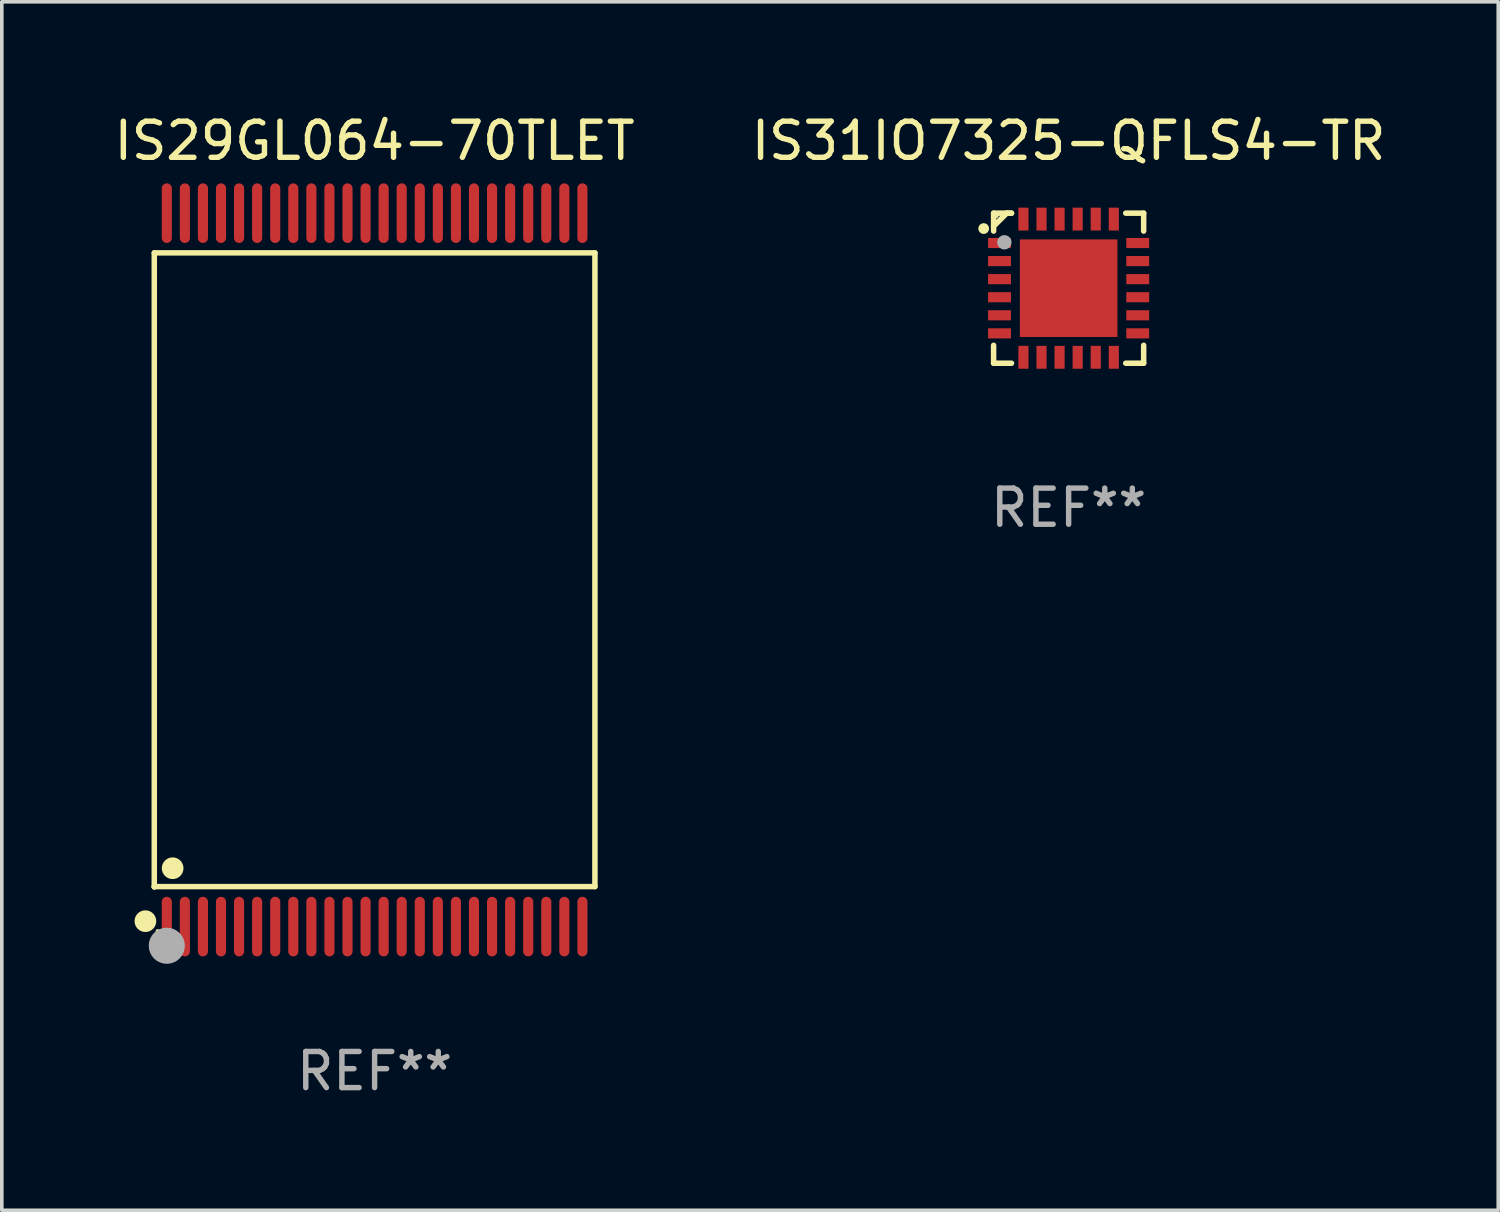
<source format=kicad_pcb>
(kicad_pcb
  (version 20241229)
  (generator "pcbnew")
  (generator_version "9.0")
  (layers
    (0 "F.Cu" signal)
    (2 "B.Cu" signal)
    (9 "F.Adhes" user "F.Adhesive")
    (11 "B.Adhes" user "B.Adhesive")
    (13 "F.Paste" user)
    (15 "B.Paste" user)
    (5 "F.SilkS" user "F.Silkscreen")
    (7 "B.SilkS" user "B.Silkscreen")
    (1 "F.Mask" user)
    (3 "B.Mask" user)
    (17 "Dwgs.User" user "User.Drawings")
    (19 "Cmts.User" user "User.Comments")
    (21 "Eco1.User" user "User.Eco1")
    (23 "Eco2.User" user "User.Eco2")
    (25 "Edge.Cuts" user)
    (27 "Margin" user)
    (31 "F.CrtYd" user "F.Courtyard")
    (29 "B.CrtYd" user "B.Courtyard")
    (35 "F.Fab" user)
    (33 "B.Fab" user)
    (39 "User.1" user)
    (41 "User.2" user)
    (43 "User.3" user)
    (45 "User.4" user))
  (footprint "IS29GL064-70TLET"
    (layer "F.Cu")
    (at 7.315 12.718)
    (property "Reference" "IS29GL064-70TLET" (at 0 -11.87 0) (layer "F.SilkS") (effects (font (size 1 1) (thickness 0.15))))
    (attr through_hole)
    (fp_line (start -6.096 -8.771) (end 6.096 -8.771) (stroke (width 0.152) (type solid)) (layer "F.SilkS"))
    (fp_line (start -6.096 8.763) (end -6.096 8.771) (stroke (width 0.152) (type solid)) (layer "F.SilkS"))
    (fp_line (start -6.096 8.771) (end -6.096 -8.771) (stroke (width 0.152) (type solid)) (layer "F.SilkS"))
    (fp_line (start 6.096 -8.771) (end 6.096 8.763) (stroke (width 0.152) (type solid)) (layer "F.SilkS"))
    (fp_line (start 6.096 8.763) (end -6.096 8.763) (stroke (width 0.152) (type solid)) (layer "F.SilkS"))
    (fp_circle (center -6.342 9.72) (end -6.192 9.72) (stroke (width 0.3) (type solid)) (fill no) (layer "F.SilkS"))
    (fp_circle (center -6 10) (end -5.97 10) (stroke (width 0.06) (type solid)) (fill no) (layer "F.SilkS"))
    (fp_circle (center -5.588 8.255) (end -5.438 8.255) (stroke (width 0.3) (type solid)) (fill no) (layer "F.SilkS"))
    (fp_circle (center -5.75 10.4) (end -5.5 10.4) (stroke (width 0.5) (type solid)) (fill no) (layer "F.Fab"))
    (fp_text user "REF**" (at 0 13.87 0) (layer "F.Fab") (effects (font (size 1 1) (thickness 0.15))))
    (pad "1" smd oval (at -5.75 9.87) (size 0.28 1.65) (layers "F.Cu" "F.Mask" "F.Paste"))
    (pad "2" smd oval (at -5.25 9.87) (size 0.28 1.65) (layers "F.Cu" "F.Mask" "F.Paste"))
    (pad "3" smd oval (at -4.75 9.87) (size 0.28 1.65) (layers "F.Cu" "F.Mask" "F.Paste"))
    (pad "4" smd oval (at -4.25 9.87) (size 0.28 1.65) (layers "F.Cu" "F.Mask" "F.Paste"))
    (pad "5" smd oval (at -3.75 9.87) (size 0.28 1.65) (layers "F.Cu" "F.Mask" "F.Paste"))
    (pad "6" smd oval (at -3.25 9.87) (size 0.28 1.65) (layers "F.Cu" "F.Mask" "F.Paste"))
    (pad "7" smd oval (at -2.75 9.87) (size 0.28 1.65) (layers "F.Cu" "F.Mask" "F.Paste"))
    (pad "8" smd oval (at -2.25 9.87) (size 0.28 1.65) (layers "F.Cu" "F.Mask" "F.Paste"))
    (pad "9" smd oval (at -1.75 9.87) (size 0.28 1.65) (layers "F.Cu" "F.Mask" "F.Paste"))
    (pad "10" smd oval (at -1.25 9.87) (size 0.28 1.65) (layers "F.Cu" "F.Mask" "F.Paste"))
    (pad "11" smd oval (at -0.75 9.87) (size 0.28 1.65) (layers "F.Cu" "F.Mask" "F.Paste"))
    (pad "12" smd oval (at -0.25 9.87) (size 0.28 1.65) (layers "F.Cu" "F.Mask" "F.Paste"))
    (pad "13" smd oval (at 0.25 9.87) (size 0.28 1.65) (layers "F.Cu" "F.Mask" "F.Paste"))
    (pad "14" smd oval (at 0.75 9.87) (size 0.28 1.65) (layers "F.Cu" "F.Mask" "F.Paste"))
    (pad "15" smd oval (at 1.25 9.87) (size 0.28 1.65) (layers "F.Cu" "F.Mask" "F.Paste"))
    (pad "16" smd oval (at 1.75 9.87) (size 0.28 1.65) (layers "F.Cu" "F.Mask" "F.Paste"))
    (pad "17" smd oval (at 2.25 9.87) (size 0.28 1.65) (layers "F.Cu" "F.Mask" "F.Paste"))
    (pad "18" smd oval (at 2.75 9.87) (size 0.28 1.65) (layers "F.Cu" "F.Mask" "F.Paste"))
    (pad "19" smd oval (at 3.25 9.87) (size 0.28 1.65) (layers "F.Cu" "F.Mask" "F.Paste"))
    (pad "20" smd oval (at 3.75 9.87) (size 0.28 1.65) (layers "F.Cu" "F.Mask" "F.Paste"))
    (pad "21" smd oval (at 4.25 9.87) (size 0.28 1.65) (layers "F.Cu" "F.Mask" "F.Paste"))
    (pad "22" smd oval (at 4.75 9.87) (size 0.28 1.65) (layers "F.Cu" "F.Mask" "F.Paste"))
    (pad "23" smd oval (at 5.25 9.87) (size 0.28 1.65) (layers "F.Cu" "F.Mask" "F.Paste"))
    (pad "24" smd oval (at 5.75 9.87) (size 0.28 1.65) (layers "F.Cu" "F.Mask" "F.Paste"))
    (pad "25" smd oval (at 5.75 -9.87) (size 0.28 1.65) (layers "F.Cu" "F.Mask" "F.Paste"))
    (pad "26" smd oval (at 5.25 -9.87) (size 0.28 1.65) (layers "F.Cu" "F.Mask" "F.Paste"))
    (pad "27" smd oval (at 4.75 -9.87) (size 0.28 1.65) (layers "F.Cu" "F.Mask" "F.Paste"))
    (pad "28" smd oval (at 4.25 -9.87) (size 0.28 1.65) (layers "F.Cu" "F.Mask" "F.Paste"))
    (pad "29" smd oval (at 3.75 -9.87) (size 0.28 1.65) (layers "F.Cu" "F.Mask" "F.Paste"))
    (pad "30" smd oval (at 3.25 -9.87) (size 0.28 1.65) (layers "F.Cu" "F.Mask" "F.Paste"))
    (pad "31" smd oval (at 2.75 -9.87) (size 0.28 1.65) (layers "F.Cu" "F.Mask" "F.Paste"))
    (pad "32" smd oval (at 2.25 -9.87) (size 0.28 1.65) (layers "F.Cu" "F.Mask" "F.Paste"))
    (pad "33" smd oval (at 1.75 -9.87) (size 0.28 1.65) (layers "F.Cu" "F.Mask" "F.Paste"))
    (pad "34" smd oval (at 1.25 -9.87) (size 0.28 1.65) (layers "F.Cu" "F.Mask" "F.Paste"))
    (pad "35" smd oval (at 0.75 -9.87) (size 0.28 1.65) (layers "F.Cu" "F.Mask" "F.Paste"))
    (pad "36" smd oval (at 0.25 -9.87) (size 0.28 1.65) (layers "F.Cu" "F.Mask" "F.Paste"))
    (pad "37" smd oval (at -0.25 -9.87) (size 0.28 1.65) (layers "F.Cu" "F.Mask" "F.Paste"))
    (pad "38" smd oval (at -0.75 -9.87) (size 0.28 1.65) (layers "F.Cu" "F.Mask" "F.Paste"))
    (pad "39" smd oval (at -1.25 -9.87) (size 0.28 1.65) (layers "F.Cu" "F.Mask" "F.Paste"))
    (pad "40" smd oval (at -1.75 -9.87) (size 0.28 1.65) (layers "F.Cu" "F.Mask" "F.Paste"))
    (pad "41" smd oval (at -2.25 -9.87) (size 0.28 1.65) (layers "F.Cu" "F.Mask" "F.Paste"))
    (pad "42" smd oval (at -2.75 -9.87) (size 0.28 1.65) (layers "F.Cu" "F.Mask" "F.Paste"))
    (pad "43" smd oval (at -3.25 -9.87) (size 0.28 1.65) (layers "F.Cu" "F.Mask" "F.Paste"))
    (pad "44" smd oval (at -3.75 -9.87) (size 0.28 1.65) (layers "F.Cu" "F.Mask" "F.Paste"))
    (pad "45" smd oval (at -4.25 -9.87) (size 0.28 1.65) (layers "F.Cu" "F.Mask" "F.Paste"))
    (pad "46" smd oval (at -4.75 -9.87) (size 0.28 1.65) (layers "F.Cu" "F.Mask" "F.Paste"))
    (pad "47" smd oval (at -5.25 -9.87) (size 0.28 1.65) (layers "F.Cu" "F.Mask" "F.Paste"))
    (pad "48" smd oval (at -5.75 -9.87) (size 0.28 1.65) (layers "F.Cu" "F.Mask" "F.Paste")))
  (footprint "IS31IO7325-QFLS4-TR"
    (layer "F.Cu")
    (at 26.518 4.924)
    (property "Reference" "IS31IO7325-QFLS4-TR" (at 0 -4.076 0) (layer "F.SilkS") (effects (font (size 1 1) (thickness 0.15))))
    (attr through_hole)
    (fp_line (start -2.076 -2.076) (end -2.076 -1.58) (stroke (width 0.152) (type solid)) (layer "F.SilkS"))
    (fp_line (start -2.076 2.076) (end -2.076 1.58) (stroke (width 0.152) (type solid)) (layer "F.SilkS"))
    (fp_line (start -1.713 -2.076) (end -2.076 -1.713) (stroke (width 0.152) (type solid)) (layer "F.SilkS"))
    (fp_line (start -1.58 -2.076) (end -2.076 -2.076) (stroke (width 0.152) (type solid)) (layer "F.SilkS"))
    (fp_line (start -1.58 -2.076) (end -1.713 -2.076) (stroke (width 0.152) (type solid)) (layer "F.SilkS"))
    (fp_line (start -1.58 2.076) (end -2.076 2.076) (stroke (width 0.152) (type solid)) (layer "F.SilkS"))
    (fp_line (start 1.58 -2.076) (end 2.076 -2.076) (stroke (width 0.152) (type solid)) (layer "F.SilkS"))
    (fp_line (start 1.58 2.076) (end 2.076 2.076) (stroke (width 0.152) (type solid)) (layer "F.SilkS"))
    (fp_line (start 2.076 -2.076) (end 2.076 -1.58) (stroke (width 0.152) (type solid)) (layer "F.SilkS"))
    (fp_line (start 2.076 2.076) (end 2.076 1.58) (stroke (width 0.152) (type solid)) (layer "F.SilkS"))
    (fp_circle (center -2.35 -1.65) (end -2.275 -1.65) (stroke (width 0.15) (type solid)) (fill no) (layer "F.SilkS"))
    (fp_circle (center -2 -2) (end -1.97 -2) (stroke (width 0.06) (type solid)) (fill no) (layer "F.SilkS"))
    (fp_circle (center -1.778 -1.27) (end -1.678 -1.27) (stroke (width 0.2) (type solid)) (fill no) (layer "F.Fab"))
    (fp_text user "REF**" (at 0 6.076 0) (layer "F.Fab") (effects (font (size 1 1) (thickness 0.15))))
    (pad "1" smd rect (at -1.912 -1.25) (size 0.633 0.28) (layers "F.Cu" "F.Mask" "F.Paste"))
    (pad "2" smd rect (at -1.912 -0.75) (size 0.633 0.28) (layers "F.Cu" "F.Mask" "F.Paste"))
    (pad "3" smd rect (at -1.912 -0.25) (size 0.633 0.28) (layers "F.Cu" "F.Mask" "F.Paste"))
    (pad "4" smd rect (at -1.912 0.25) (size 0.633 0.28) (layers "F.Cu" "F.Mask" "F.Paste"))
    (pad "5" smd rect (at -1.912 0.75) (size 0.633 0.28) (layers "F.Cu" "F.Mask" "F.Paste"))
    (pad "6" smd rect (at -1.912 1.25) (size 0.633 0.28) (layers "F.Cu" "F.Mask" "F.Paste"))
    (pad "7" smd rect (at -1.25 1.912) (size 0.28 0.633) (layers "F.Cu" "F.Mask" "F.Paste"))
    (pad "8" smd rect (at -0.75 1.912) (size 0.28 0.633) (layers "F.Cu" "F.Mask" "F.Paste"))
    (pad "9" smd rect (at -0.25 1.912) (size 0.28 0.633) (layers "F.Cu" "F.Mask" "F.Paste"))
    (pad "10" smd rect (at 0.25 1.912) (size 0.28 0.633) (layers "F.Cu" "F.Mask" "F.Paste"))
    (pad "11" smd rect (at 0.75 1.912) (size 0.28 0.633) (layers "F.Cu" "F.Mask" "F.Paste"))
    (pad "12" smd rect (at 1.25 1.912) (size 0.28 0.633) (layers "F.Cu" "F.Mask" "F.Paste"))
    (pad "13" smd rect (at 1.912 1.25) (size 0.633 0.28) (layers "F.Cu" "F.Mask" "F.Paste"))
    (pad "14" smd rect (at 1.912 0.75) (size 0.633 0.28) (layers "F.Cu" "F.Mask" "F.Paste"))
    (pad "15" smd rect (at 1.912 0.25) (size 0.633 0.28) (layers "F.Cu" "F.Mask" "F.Paste"))
    (pad "16" smd rect (at 1.912 -0.25) (size 0.633 0.28) (layers "F.Cu" "F.Mask" "F.Paste"))
    (pad "17" smd rect (at 1.912 -0.75) (size 0.633 0.28) (layers "F.Cu" "F.Mask" "F.Paste"))
    (pad "18" smd rect (at 1.912 -1.25) (size 0.633 0.28) (layers "F.Cu" "F.Mask" "F.Paste"))
    (pad "19" smd rect (at 1.25 -1.912) (size 0.28 0.633) (layers "F.Cu" "F.Mask" "F.Paste"))
    (pad "20" smd rect (at 0.75 -1.912) (size 0.28 0.633) (layers "F.Cu" "F.Mask" "F.Paste"))
    (pad "21" smd rect (at 0.25 -1.912) (size 0.28 0.633) (layers "F.Cu" "F.Mask" "F.Paste"))
    (pad "22" smd rect (at -0.25 -1.912) (size 0.28 0.633) (layers "F.Cu" "F.Mask" "F.Paste"))
    (pad "23" smd rect (at -0.75 -1.912) (size 0.28 0.633) (layers "F.Cu" "F.Mask" "F.Paste"))
    (pad "24" smd rect (at -1.25 -1.912) (size 0.28 0.633) (layers "F.Cu" "F.Mask" "F.Paste"))
    (pad "25" smd rect (at 0 0) (size 2.7 2.7) (layers "F.Cu" "F.Mask" "F.Paste")))
  (gr_rect
    (start -3 -3)
    (end 38.405 30.437)
    (stroke (width 0.1) (type default))
    (fill no)
    (layer "Edge.Cuts")))
</source>
